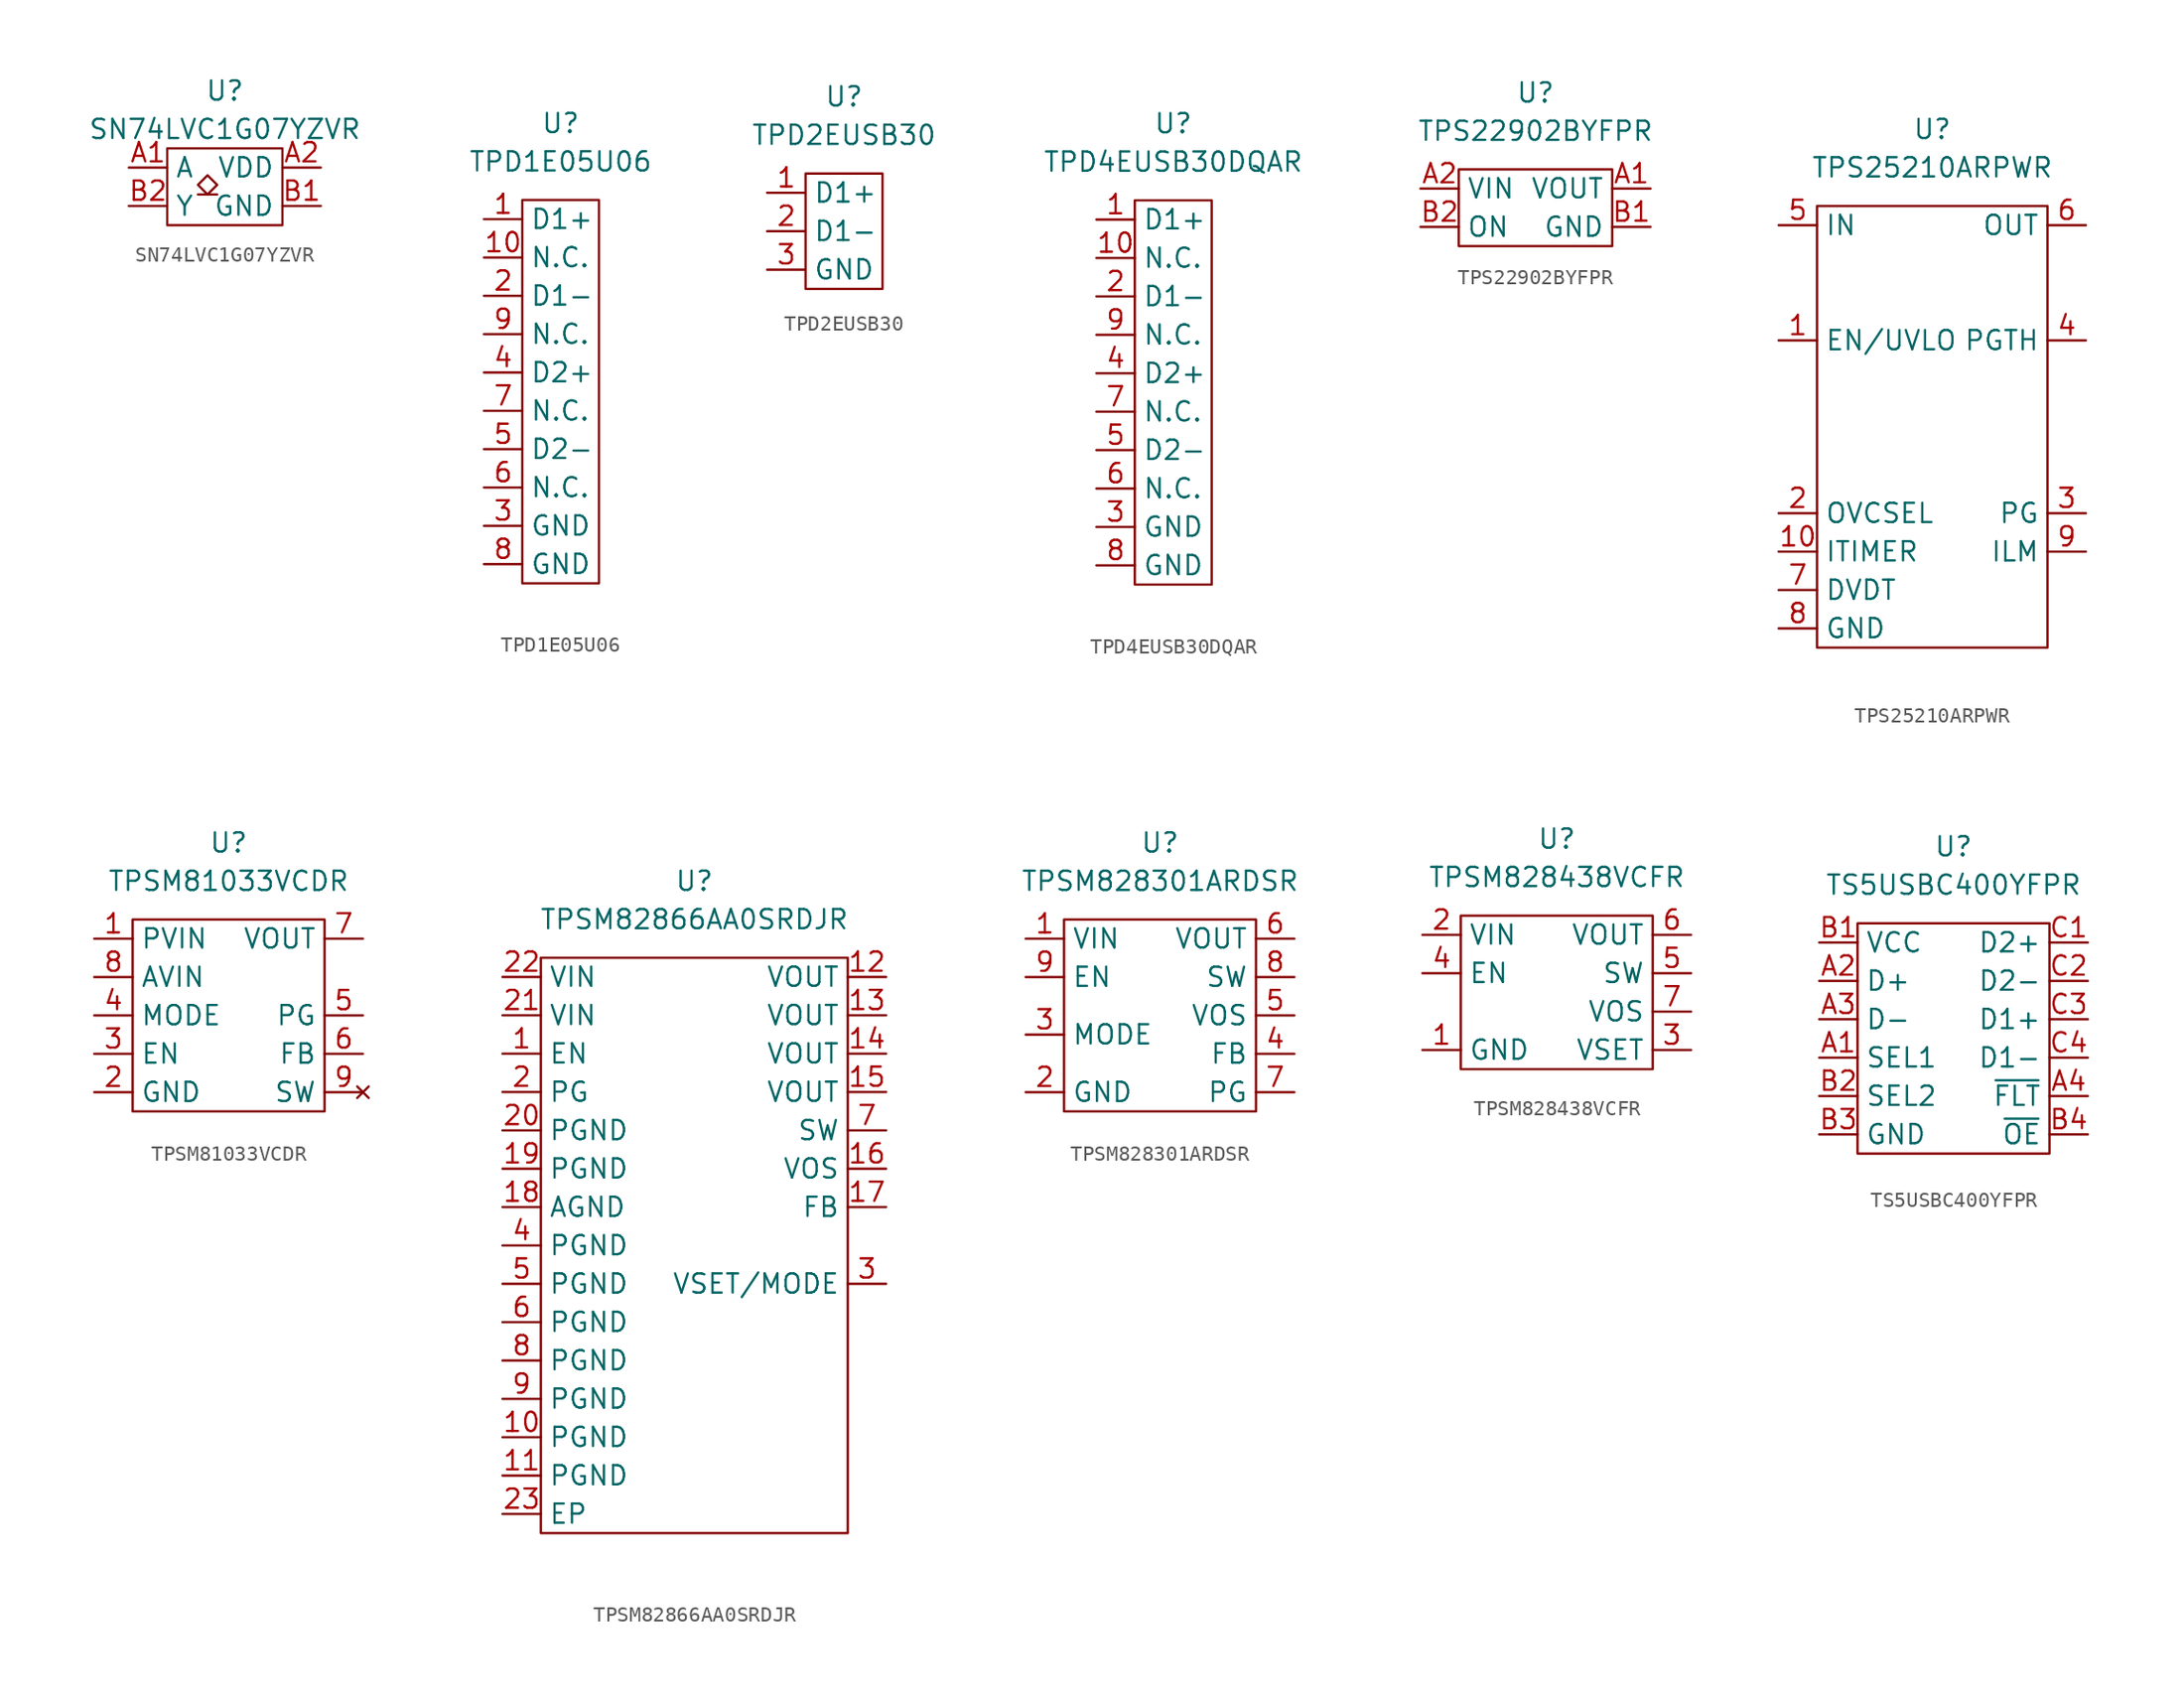
<source format=kicad_sym>
(kicad_symbol_lib
  (version 20241209)
  (generator "kicad_symbol_editor")
  (generator_version "9.0")
  (symbol "SN74LVC1G07YZVR"
    (property "Reference" "U"
      (at 0 3.81 0)
      (effects (font (size 1.27 1.27))))
    (property "Value" "SN74LVC1G07YZVR"
      (at 0 1.27 0)
      (effects (font (size 1.27 1.27))))
    (symbol "SN74LVC1G07YZVR_0_0"
      (pin passive line (at -6.35 -1.27 0) (length 2.54) (name "A" (effects (font (size 1.27 1.27)))) (number "A1" (effects (font (size 1.27 1.27)))))
      (pin passive line (at 6.35 -1.27 180) (length 2.54) (name "VDD" (effects (font (size 1.27 1.27)))) (number "A2" (effects (font (size 1.27 1.27))))))
    (symbol "SN74LVC1G07YZVR_0_1"
      (rectangle (start -3.81 0) (end 3.81 -5.08) (stroke (width 0) (type default)) (fill (type none)))
      (polyline (pts (xy -1.778 -2.413) (xy -1.143 -1.778) (xy -0.508 -2.413) (xy -1.143 -3.048) (xy -1.778 -2.413)) (stroke (width 0) (type default)) (fill (type none)))
      (polyline (pts (xy -1.778 -3.048) (xy -0.508 -3.048)) (stroke (width 0) (type default)) (fill (type none))))
    (symbol "SN74LVC1G07YZVR_1_0"
      (pin passive line (at -6.35 -3.81 0) (length 2.54) (name "Y" (effects (font (size 1.27 1.27)))) (number "B2" (effects (font (size 1.27 1.27)))))
      (pin passive line (at 6.35 -3.81 180) (length 2.54) (name "GND" (effects (font (size 1.27 1.27)))) (number "B1" (effects (font (size 1.27 1.27)))))))
  (symbol "TPD1E05U06"
    (property "Reference" "U"
      (at 0 5.08 0)
      (effects (font (size 1.27 1.27))))
    (property "Value" "TPD1E05U06"
      (at 0 2.54 0)
      (effects (font (size 1.27 1.27))))
    (symbol "TPD1E05U06_0_0"
      (pin passive line (at -5.08 -1.27 0) (length 2.54) (name "D1+" (effects (font (size 1.27 1.27)))) (number "1" (effects (font (size 1.27 1.27)))))
      (pin passive line (at -5.08 -3.81 0) (length 2.54) (name "N.C." (effects (font (size 1.27 1.27)))) (number "10" (effects (font (size 1.27 1.27)))))
      (pin passive line (at -5.08 -6.35 0) (length 2.54) (name "D1-" (effects (font (size 1.27 1.27)))) (number "2" (effects (font (size 1.27 1.27)))))
      (pin passive line (at -5.08 -8.89 0) (length 2.54) (name "N.C." (effects (font (size 1.27 1.27)))) (number "9" (effects (font (size 1.27 1.27)))))
      (pin passive line (at -5.08 -11.43 0) (length 2.54) (name "D2+" (effects (font (size 1.27 1.27)))) (number "4" (effects (font (size 1.27 1.27)))))
      (pin passive line (at -5.08 -13.97 0) (length 2.54) (name "N.C." (effects (font (size 1.27 1.27)))) (number "7" (effects (font (size 1.27 1.27)))))
      (pin passive line (at -5.08 -16.51 0) (length 2.54) (name "D2-" (effects (font (size 1.27 1.27)))) (number "5" (effects (font (size 1.27 1.27)))))
      (pin passive line (at -5.08 -19.05 0) (length 2.54) (name "N.C." (effects (font (size 1.27 1.27)))) (number "6" (effects (font (size 1.27 1.27)))))
      (pin passive line (at -5.08 -21.59 0) (length 2.54) (name "GND" (effects (font (size 1.27 1.27)))) (number "3" (effects (font (size 1.27 1.27)))))
      (pin passive line (at -5.08 -24.13 0) (length 2.54) (name "GND" (effects (font (size 1.27 1.27)))) (number "8" (effects (font (size 1.27 1.27))))))
    (symbol "TPD1E05U06_0_1"
      (rectangle (start -2.54 0) (end 2.54 -25.4) (stroke (width 0) (type default)) (fill (type none)))))
  (symbol "TPD2EUSB30"
    (property "Reference" "U"
      (at 0 5.08 0)
      (effects (font (size 1.27 1.27))))
    (property "Value" "TPD2EUSB30"
      (at 0 2.54 0)
      (effects (font (size 1.27 1.27))))
    (symbol "TPD2EUSB30_0_0"
      (pin passive line (at -5.08 -1.27 0) (length 2.54) (name "D1+" (effects (font (size 1.27 1.27)))) (number "1" (effects (font (size 1.27 1.27)))))
      (pin passive line (at -5.08 -3.81 0) (length 2.54) (name "D1-" (effects (font (size 1.27 1.27)))) (number "2" (effects (font (size 1.27 1.27)))))
      (pin passive line (at -5.08 -6.35 0) (length 2.54) (name "GND" (effects (font (size 1.27 1.27)))) (number "3" (effects (font (size 1.27 1.27))))))
    (symbol "TPD2EUSB30_0_1"
      (rectangle (start -2.54 0) (end 2.54 -7.62) (stroke (width 0) (type default)) (fill (type none)))))
  (symbol "TPD4EUSB30DQAR"
    (property "Reference" "U"
      (at 0 5.08 0)
      (effects (font (size 1.27 1.27))))
    (property "Value" "TPD4EUSB30DQAR"
      (at 0 2.54 0)
      (effects (font (size 1.27 1.27))))
    (symbol "TPD4EUSB30DQAR_0_0"
      (pin passive line (at -5.08 -1.27 0) (length 2.54) (name "D1+" (effects (font (size 1.27 1.27)))) (number "1" (effects (font (size 1.27 1.27)))))
      (pin passive line (at -5.08 -3.81 0) (length 2.54) (name "N.C." (effects (font (size 1.27 1.27)))) (number "10" (effects (font (size 1.27 1.27)))))
      (pin passive line (at -5.08 -6.35 0) (length 2.54) (name "D1-" (effects (font (size 1.27 1.27)))) (number "2" (effects (font (size 1.27 1.27)))))
      (pin passive line (at -5.08 -8.89 0) (length 2.54) (name "N.C." (effects (font (size 1.27 1.27)))) (number "9" (effects (font (size 1.27 1.27)))))
      (pin passive line (at -5.08 -11.43 0) (length 2.54) (name "D2+" (effects (font (size 1.27 1.27)))) (number "4" (effects (font (size 1.27 1.27)))))
      (pin passive line (at -5.08 -13.97 0) (length 2.54) (name "N.C." (effects (font (size 1.27 1.27)))) (number "7" (effects (font (size 1.27 1.27)))))
      (pin passive line (at -5.08 -16.51 0) (length 2.54) (name "D2-" (effects (font (size 1.27 1.27)))) (number "5" (effects (font (size 1.27 1.27)))))
      (pin passive line (at -5.08 -19.05 0) (length 2.54) (name "N.C." (effects (font (size 1.27 1.27)))) (number "6" (effects (font (size 1.27 1.27)))))
      (pin passive line (at -5.08 -21.59 0) (length 2.54) (name "GND" (effects (font (size 1.27 1.27)))) (number "3" (effects (font (size 1.27 1.27)))))
      (pin passive line (at -5.08 -24.13 0) (length 2.54) (name "GND" (effects (font (size 1.27 1.27)))) (number "8" (effects (font (size 1.27 1.27))))))
    (symbol "TPD4EUSB30DQAR_0_1"
      (rectangle (start -2.54 0) (end 2.54 -25.4) (stroke (width 0) (type default)) (fill (type none)))))
  (symbol "TPS22902BYFPR"
    (property "Reference" "U"
      (at 0 5.08 0)
      (effects (font (size 1.27 1.27))))
    (property "Value" "TPS22902BYFPR"
      (at 0 2.54 0)
      (effects (font (size 1.27 1.27))))
    (symbol "TPS22902BYFPR_0_0"
      (pin passive line (at -7.62 -1.27 0) (length 2.54) (name "VIN" (effects (font (size 1.27 1.27)))) (number "A2" (effects (font (size 1.27 1.27)))))
      (pin passive line (at -7.62 -3.81 0) (length 2.54) (name "ON" (effects (font (size 1.27 1.27)))) (number "B2" (effects (font (size 1.27 1.27)))))
      (pin passive line (at 7.62 -1.27 180) (length 2.54) (name "VOUT" (effects (font (size 1.27 1.27)))) (number "A1" (effects (font (size 1.27 1.27)))))
      (pin passive line (at 7.62 -3.81 180) (length 2.54) (name "GND" (effects (font (size 1.27 1.27)))) (number "B1" (effects (font (size 1.27 1.27))))))
    (symbol "TPS22902BYFPR_0_1"
      (rectangle (start -5.08 0) (end 5.08 -5.08) (stroke (width 0) (type default)) (fill (type none)))))
  (symbol "TPS25210ARPWR"
    (property "Reference" "U"
      (at 0 5.08 0)
      (effects (font (size 1.27 1.27))))
    (property "Value" "TPS25210ARPWR"
      (at 0 2.54 0)
      (effects (font (size 1.27 1.27))))
    (symbol "TPS25210ARPWR_0_0"
      (pin passive line (at -10.16 -1.27 0) (length 2.54) (name "IN" (effects (font (size 1.27 1.27)))) (number "5" (effects (font (size 1.27 1.27)))))
      (pin passive line (at -10.16 -8.89 0) (length 2.54) (name "EN/UVLO" (effects (font (size 1.27 1.27)))) (number "1" (effects (font (size 1.27 1.27)))))
      (pin passive line (at -10.16 -20.32 0) (length 2.54) (name "OVCSEL" (effects (font (size 1.27 1.27)))) (number "2" (effects (font (size 1.27 1.27)))))
      (pin passive line (at -10.16 -22.86 0) (length 2.54) (name "ITIMER" (effects (font (size 1.27 1.27)))) (number "10" (effects (font (size 1.27 1.27)))))
      (pin passive line (at -10.16 -25.4 0) (length 2.54) (name "DVDT" (effects (font (size 1.27 1.27)))) (number "7" (effects (font (size 1.27 1.27)))))
      (pin passive line (at -10.16 -27.94 0) (length 2.54) (name "GND" (effects (font (size 1.27 1.27)))) (number "8" (effects (font (size 1.27 1.27)))))
      (pin passive line (at 10.16 -1.27 180) (length 2.54) (name "OUT" (effects (font (size 1.27 1.27)))) (number "6" (effects (font (size 1.27 1.27)))))
      (pin passive line (at 10.16 -8.89 180) (length 2.54) (name "PGTH" (effects (font (size 1.27 1.27)))) (number "4" (effects (font (size 1.27 1.27)))))
      (pin passive line (at 10.16 -20.32 180) (length 2.54) (name "PG" (effects (font (size 1.27 1.27)))) (number "3" (effects (font (size 1.27 1.27)))))
      (pin passive line (at 10.16 -22.86 180) (length 2.54) (name "ILM" (effects (font (size 1.27 1.27)))) (number "9" (effects (font (size 1.27 1.27))))))
    (symbol "TPS25210ARPWR_0_1"
      (rectangle (start -7.62 0) (end 7.62 -29.21) (stroke (width 0) (type default)) (fill (type none)))))
  (symbol "TPSM81033VCDR"
    (property "Reference" "U"
      (at 0 5.08 0)
      (effects (font (size 1.27 1.27))))
    (property "Value" "TPSM81033VCDR"
      (at 0 2.54 0)
      (effects (font (size 1.27 1.27))))
    (symbol "TPSM81033VCDR_0_0"
      (pin passive line (at -8.89 -1.27 0) (length 2.54) (name "PVIN" (effects (font (size 1.27 1.27)))) (number "1" (effects (font (size 1.27 1.27)))))
      (pin passive line (at -8.89 -3.81 0) (length 2.54) (name "AVIN" (effects (font (size 1.27 1.27)))) (number "8" (effects (font (size 1.27 1.27)))))
      (pin passive line (at -8.89 -6.35 0) (length 2.54) (name "MODE" (effects (font (size 1.27 1.27)))) (number "4" (effects (font (size 1.27 1.27)))))
      (pin passive line (at -8.89 -8.89 0) (length 2.54) (name "EN" (effects (font (size 1.27 1.27)))) (number "3" (effects (font (size 1.27 1.27)))))
      (pin passive line (at -8.89 -11.43 0) (length 2.54) (name "GND" (effects (font (size 1.27 1.27)))) (number "2" (effects (font (size 1.27 1.27)))))
      (pin passive line (at 8.89 -1.27 180) (length 2.54) (name "VOUT" (effects (font (size 1.27 1.27)))) (number "7" (effects (font (size 1.27 1.27)))))
      (pin passive line (at 8.89 -6.35 180) (length 2.54) (name "PG" (effects (font (size 1.27 1.27)))) (number "5" (effects (font (size 1.27 1.27)))))
      (pin passive line (at 8.89 -8.89 180) (length 2.54) (name "FB" (effects (font (size 1.27 1.27)))) (number "6" (effects (font (size 1.27 1.27))))))
    (symbol "TPSM81033VCDR_0_1"
      (rectangle (start -6.35 0) (end 6.35 -12.7) (stroke (width 0) (type default)) (fill (type none))))
    (symbol "TPSM81033VCDR_1_0"
      (pin no_connect line (at 8.89 -11.43 180) (length 2.54) (name "SW" (effects (font (size 1.27 1.27)))) (number "9" (effects (font (size 1.27 1.27)))))))
  (symbol "TPSM82866AA0SRDJR"
    (property "Reference" "U"
      (at 0 5.08 0)
      (effects (font (size 1.27 1.27))))
    (property "Value" "TPSM82866AA0SRDJR"
      (at 0 2.54 0)
      (effects (font (size 1.27 1.27))))
    (symbol "TPSM82866AA0SRDJR_0_0"
      (pin passive line (at -12.7 -1.27 0) (length 2.54) (name "VIN" (effects (font (size 1.27 1.27)))) (number "22" (effects (font (size 1.27 1.27)))))
      (pin passive line (at -12.7 -3.81 0) (length 2.54) (name "VIN" (effects (font (size 1.27 1.27)))) (number "21" (effects (font (size 1.27 1.27)))))
      (pin passive line (at -12.7 -6.35 0) (length 2.54) (name "EN" (effects (font (size 1.27 1.27)))) (number "1" (effects (font (size 1.27 1.27)))))
      (pin passive line (at -12.7 -8.89 0) (length 2.54) (name "PG" (effects (font (size 1.27 1.27)))) (number "2" (effects (font (size 1.27 1.27)))))
      (pin passive line (at -12.7 -11.43 0) (length 2.54) (name "PGND" (effects (font (size 1.27 1.27)))) (number "20" (effects (font (size 1.27 1.27)))))
      (pin passive line (at -12.7 -13.97 0) (length 2.54) (name "PGND" (effects (font (size 1.27 1.27)))) (number "19" (effects (font (size 1.27 1.27)))))
      (pin passive line (at -12.7 -16.51 0) (length 2.54) (name "AGND" (effects (font (size 1.27 1.27)))) (number "18" (effects (font (size 1.27 1.27)))))
      (pin passive line (at -12.7 -19.05 0) (length 2.54) (name "PGND" (effects (font (size 1.27 1.27)))) (number "4" (effects (font (size 1.27 1.27)))))
      (pin passive line (at -12.7 -21.59 0) (length 2.54) (name "PGND" (effects (font (size 1.27 1.27)))) (number "5" (effects (font (size 1.27 1.27)))))
      (pin passive line (at -12.7 -24.13 0) (length 2.54) (name "PGND" (effects (font (size 1.27 1.27)))) (number "6" (effects (font (size 1.27 1.27)))))
      (pin passive line (at -12.7 -26.67 0) (length 2.54) (name "PGND" (effects (font (size 1.27 1.27)))) (number "8" (effects (font (size 1.27 1.27)))))
      (pin passive line (at -12.7 -29.21 0) (length 2.54) (name "PGND" (effects (font (size 1.27 1.27)))) (number "9" (effects (font (size 1.27 1.27)))))
      (pin passive line (at -12.7 -31.75 0) (length 2.54) (name "PGND" (effects (font (size 1.27 1.27)))) (number "10" (effects (font (size 1.27 1.27)))))
      (pin passive line (at -12.7 -34.29 0) (length 2.54) (name "PGND" (effects (font (size 1.27 1.27)))) (number "11" (effects (font (size 1.27 1.27)))))
      (pin passive line (at -12.7 -36.83 0) (length 2.54) (name "EP" (effects (font (size 1.27 1.27)))) (number "23" (effects (font (size 1.27 1.27)))))
      (pin passive line (at 12.7 -1.27 180) (length 2.54) (name "VOUT" (effects (font (size 1.27 1.27)))) (number "12" (effects (font (size 1.27 1.27)))))
      (pin passive line (at 12.7 -3.81 180) (length 2.54) (name "VOUT" (effects (font (size 1.27 1.27)))) (number "13" (effects (font (size 1.27 1.27)))))
      (pin passive line (at 12.7 -6.35 180) (length 2.54) (name "VOUT" (effects (font (size 1.27 1.27)))) (number "14" (effects (font (size 1.27 1.27)))))
      (pin passive line (at 12.7 -8.89 180) (length 2.54) (name "VOUT" (effects (font (size 1.27 1.27)))) (number "15" (effects (font (size 1.27 1.27)))))
      (pin passive line (at 12.7 -11.43 180) (length 2.54) (name "SW" (effects (font (size 1.27 1.27)))) (number "7" (effects (font (size 1.27 1.27)))))
      (pin passive line (at 12.7 -13.97 180) (length 2.54) (name "VOS" (effects (font (size 1.27 1.27)))) (number "16" (effects (font (size 1.27 1.27)))))
      (pin passive line (at 12.7 -16.51 180) (length 2.54) (name "FB" (effects (font (size 1.27 1.27)))) (number "17" (effects (font (size 1.27 1.27)))))
      (pin passive line (at 12.7 -21.59 180) (length 2.54) (name "VSET/MODE" (effects (font (size 1.27 1.27)))) (number "3" (effects (font (size 1.27 1.27))))))
    (symbol "TPSM82866AA0SRDJR_0_1"
      (rectangle (start -10.16 0) (end 10.16 -38.1) (stroke (width 0) (type default)) (fill (type none)))))
  (symbol "TPSM828301ARDSR"
    (property "Reference" "U"
      (at 0 5.08 0)
      (effects (font (size 1.27 1.27))))
    (property "Value" "TPSM828301ARDSR"
      (at 0 2.54 0)
      (effects (font (size 1.27 1.27))))
    (symbol "TPSM828301ARDSR_0_0"
      (pin passive line (at -8.89 -1.27 0) (length 2.54) (name "VIN" (effects (font (size 1.27 1.27)))) (number "1" (effects (font (size 1.27 1.27)))))
      (pin passive line (at -8.89 -3.81 0) (length 2.54) (name "EN" (effects (font (size 1.27 1.27)))) (number "9" (effects (font (size 1.27 1.27)))))
      (pin passive line (at -8.89 -7.62 0) (length 2.54) (name "MODE" (effects (font (size 1.27 1.27)))) (number "3" (effects (font (size 1.27 1.27)))))
      (pin passive line (at -8.89 -11.43 0) (length 2.54) (name "GND" (effects (font (size 1.27 1.27)))) (number "2" (effects (font (size 1.27 1.27)))))
      (pin passive line (at 8.89 -1.27 180) (length 2.54) (name "VOUT" (effects (font (size 1.27 1.27)))) (number "6" (effects (font (size 1.27 1.27)))))
      (pin passive line (at 8.89 -3.81 180) (length 2.54) (name "SW" (effects (font (size 1.27 1.27)))) (number "8" (effects (font (size 1.27 1.27)))))
      (pin passive line (at 8.89 -6.35 180) (length 2.54) (name "VOS" (effects (font (size 1.27 1.27)))) (number "5" (effects (font (size 1.27 1.27)))))
      (pin passive line (at 8.89 -8.89 180) (length 2.54) (name "FB" (effects (font (size 1.27 1.27)))) (number "4" (effects (font (size 1.27 1.27)))))
      (pin passive line (at 8.89 -11.43 180) (length 2.54) (name "PG" (effects (font (size 1.27 1.27)))) (number "7" (effects (font (size 1.27 1.27))))))
    (symbol "TPSM828301ARDSR_0_1"
      (rectangle (start -6.35 0) (end 6.35 -12.7) (stroke (width 0) (type default)) (fill (type none)))))
  (symbol "TPSM828438VCFR"
    (property "Reference" "U"
      (at 0 5.08 0)
      (effects (font (size 1.27 1.27))))
    (property "Value" "TPSM828438VCFR"
      (at 0 2.54 0)
      (effects (font (size 1.27 1.27))))
    (symbol "TPSM828438VCFR_0_0"
      (pin passive line (at -8.89 -1.27 0) (length 2.54) (name "VIN" (effects (font (size 1.27 1.27)))) (number "2" (effects (font (size 1.27 1.27)))))
      (pin passive line (at -8.89 -3.81 0) (length 2.54) (name "EN" (effects (font (size 1.27 1.27)))) (number "4" (effects (font (size 1.27 1.27)))))
      (pin passive line (at -8.89 -8.89 0) (length 2.54) (name "GND" (effects (font (size 1.27 1.27)))) (number "1" (effects (font (size 1.27 1.27)))))
      (pin passive line (at 8.89 -1.27 180) (length 2.54) (name "VOUT" (effects (font (size 1.27 1.27)))) (number "6" (effects (font (size 1.27 1.27)))))
      (pin passive line (at 8.89 -3.81 180) (length 2.54) (name "SW" (effects (font (size 1.27 1.27)))) (number "5" (effects (font (size 1.27 1.27)))))
      (pin passive line (at 8.89 -6.35 180) (length 2.54) (name "VOS" (effects (font (size 1.27 1.27)))) (number "7" (effects (font (size 1.27 1.27)))))
      (pin passive line (at 8.89 -8.89 180) (length 2.54) (name "VSET" (effects (font (size 1.27 1.27)))) (number "3" (effects (font (size 1.27 1.27))))))
    (symbol "TPSM828438VCFR_0_1"
      (rectangle (start -6.35 0) (end 6.35 -10.16) (stroke (width 0) (type default)) (fill (type none)))))
  (symbol "TS5USBC400YFPR"
    (property "Reference" "U"
      (at 0 5.08 0)
      (effects (font (size 1.27 1.27))))
    (property "Value" "TS5USBC400YFPR"
      (at 0 2.54 0)
      (effects (font (size 1.27 1.27))))
    (symbol "TS5USBC400YFPR_0_0"
      (pin passive line (at -8.89 -1.27 0) (length 2.54) (name "VCC" (effects (font (size 1.27 1.27)))) (number "B1" (effects (font (size 1.27 1.27)))))
      (pin passive line (at -8.89 -3.81 0) (length 2.54) (name "D+" (effects (font (size 1.27 1.27)))) (number "A2" (effects (font (size 1.27 1.27)))))
      (pin passive line (at -8.89 -6.35 0) (length 2.54) (name "D-" (effects (font (size 1.27 1.27)))) (number "A3" (effects (font (size 1.27 1.27)))))
      (pin passive line (at -8.89 -8.89 0) (length 2.54) (name "SEL1" (effects (font (size 1.27 1.27)))) (number "A1" (effects (font (size 1.27 1.27)))))
      (pin passive line (at -8.89 -11.43 0) (length 2.54) (name "SEL2" (effects (font (size 1.27 1.27)))) (number "B2" (effects (font (size 1.27 1.27)))))
      (pin passive line (at -8.89 -13.97 0) (length 2.54) (name "GND" (effects (font (size 1.27 1.27)))) (number "B3" (effects (font (size 1.27 1.27)))))
      (pin passive line (at 8.89 -1.27 180) (length 2.54) (name "D2+" (effects (font (size 1.27 1.27)))) (number "C1" (effects (font (size 1.27 1.27)))))
      (pin passive line (at 8.89 -3.81 180) (length 2.54) (name "D2-" (effects (font (size 1.27 1.27)))) (number "C2" (effects (font (size 1.27 1.27)))))
      (pin passive line (at 8.89 -6.35 180) (length 2.54) (name "D1+" (effects (font (size 1.27 1.27)))) (number "C3" (effects (font (size 1.27 1.27)))))
      (pin passive line (at 8.89 -8.89 180) (length 2.54) (name "D1-" (effects (font (size 1.27 1.27)))) (number "C4" (effects (font (size 1.27 1.27)))))
      (pin passive line (at 8.89 -11.43 180) (length 2.54) (name "~{FLT}" (effects (font (size 1.27 1.27)))) (number "A4" (effects (font (size 1.27 1.27)))))
      (pin passive line (at 8.89 -13.97 180) (length 2.54) (name "~{OE}" (effects (font (size 1.27 1.27)))) (number "B4" (effects (font (size 1.27 1.27))))))
    (symbol "TS5USBC400YFPR_0_1"
      (rectangle (start -6.35 0) (end 6.35 -15.24) (stroke (width 0) (type default)) (fill (type none))))))
</source>
